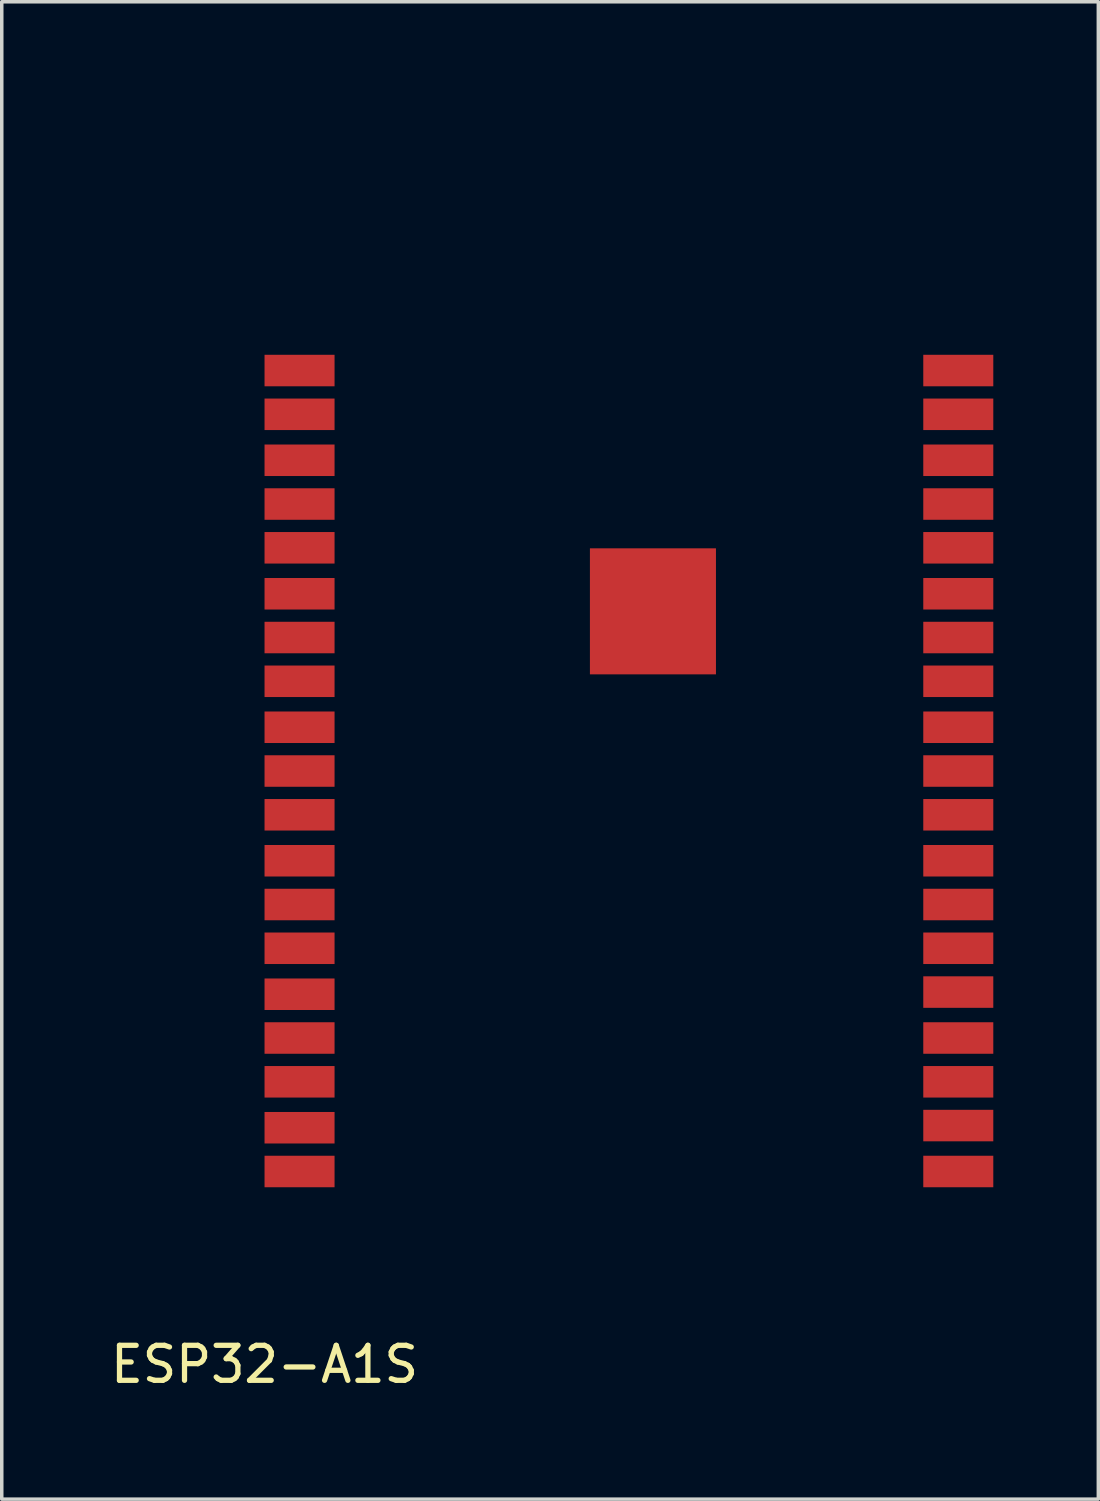
<source format=kicad_pcb>
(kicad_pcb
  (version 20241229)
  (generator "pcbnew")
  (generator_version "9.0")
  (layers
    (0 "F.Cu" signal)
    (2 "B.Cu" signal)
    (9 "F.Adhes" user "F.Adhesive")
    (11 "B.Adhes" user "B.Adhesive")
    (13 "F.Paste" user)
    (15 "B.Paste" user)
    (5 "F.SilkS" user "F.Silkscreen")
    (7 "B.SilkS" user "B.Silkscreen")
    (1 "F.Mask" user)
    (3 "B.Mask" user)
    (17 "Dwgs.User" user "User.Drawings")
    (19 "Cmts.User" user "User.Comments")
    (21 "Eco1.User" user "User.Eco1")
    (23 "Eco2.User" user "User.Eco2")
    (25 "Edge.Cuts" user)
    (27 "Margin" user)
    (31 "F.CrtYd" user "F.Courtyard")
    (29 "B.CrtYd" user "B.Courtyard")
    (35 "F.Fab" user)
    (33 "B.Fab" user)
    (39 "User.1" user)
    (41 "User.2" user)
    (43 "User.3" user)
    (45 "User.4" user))
  (footprint "ESP32-A1S"
    (layer "F.Cu")
    (at 4.506 30.85)
    (property "Reference" "ESP32-A1S" (at 0 5.072 0) (layer "F.SilkS") (effects (font (size 1 1) (thickness 0.15))))
    (attr through_hole)
    (fp_line (start 0 -23.76) (end 0 -22.86) (stroke (width 0.0001) (type solid)) (layer "Dwgs.User"))
    (fp_line (start 0 -22.86) (end 2 -22.86) (stroke (width 0.0001) (type solid)) (layer "Dwgs.User"))
    (fp_line (start 0 -22.49) (end 0 -21.59) (stroke (width 0.0001) (type solid)) (layer "Dwgs.User"))
    (fp_line (start 0 -21.59) (end 2 -21.59) (stroke (width 0.0001) (type solid)) (layer "Dwgs.User"))
    (fp_line (start 0 -21.22) (end 0 -20.32) (stroke (width 0.0001) (type solid)) (layer "Dwgs.User"))
    (fp_line (start 0 -20.32) (end 2 -20.32) (stroke (width 0.0001) (type solid)) (layer "Dwgs.User"))
    (fp_line (start 0 -19.95) (end 0 -19.05) (stroke (width 0.0001) (type solid)) (layer "Dwgs.User"))
    (fp_line (start 0 -19.05) (end 2 -19.05) (stroke (width 0.0001) (type solid)) (layer "Dwgs.User"))
    (fp_line (start 0 -18.68) (end 0 -17.78) (stroke (width 0.0001) (type solid)) (layer "Dwgs.User"))
    (fp_line (start 0 -17.78) (end 2 -17.78) (stroke (width 0.0001) (type solid)) (layer "Dwgs.User"))
    (fp_line (start 0 -17.41) (end 0 -16.51) (stroke (width 0.0001) (type solid)) (layer "Dwgs.User"))
    (fp_line (start 0 -16.51) (end 2 -16.51) (stroke (width 0.0001) (type solid)) (layer "Dwgs.User"))
    (fp_line (start 0 -16.14) (end 0 -15.24) (stroke (width 0.0001) (type solid)) (layer "Dwgs.User"))
    (fp_line (start 0 -15.24) (end 2 -15.24) (stroke (width 0.0001) (type solid)) (layer "Dwgs.User"))
    (fp_line (start 0 -14.87) (end 0 -13.97) (stroke (width 0.0001) (type solid)) (layer "Dwgs.User"))
    (fp_line (start 0 -13.97) (end 2 -13.97) (stroke (width 0.0001) (type solid)) (layer "Dwgs.User"))
    (fp_line (start 0 -13.6) (end 0 -12.7) (stroke (width 0.0001) (type solid)) (layer "Dwgs.User"))
    (fp_line (start 0 -12.7) (end 2 -12.7) (stroke (width 0.0001) (type solid)) (layer "Dwgs.User"))
    (fp_line (start 0 -12.33) (end 0 -11.43) (stroke (width 0.0001) (type solid)) (layer "Dwgs.User"))
    (fp_line (start 0 -11.43) (end 2 -11.43) (stroke (width 0.0001) (type solid)) (layer "Dwgs.User"))
    (fp_line (start 0 -11.06) (end 0 -10.16) (stroke (width 0.0001) (type solid)) (layer "Dwgs.User"))
    (fp_line (start 0 -10.16) (end 2 -10.16) (stroke (width 0.0001) (type solid)) (layer "Dwgs.User"))
    (fp_line (start 0 -9.79) (end 0 -8.89) (stroke (width 0.0001) (type solid)) (layer "Dwgs.User"))
    (fp_line (start 0 -8.89) (end 2 -8.89) (stroke (width 0.0001) (type solid)) (layer "Dwgs.User"))
    (fp_line (start 0 -8.52) (end 0 -7.62) (stroke (width 0.0001) (type solid)) (layer "Dwgs.User"))
    (fp_line (start 0 -7.62) (end 2 -7.62) (stroke (width 0.0001) (type solid)) (layer "Dwgs.User"))
    (fp_line (start 0 -7.25) (end 0 -6.35) (stroke (width 0.0001) (type solid)) (layer "Dwgs.User"))
    (fp_line (start 0 -6.35) (end 2 -6.35) (stroke (width 0.0001) (type solid)) (layer "Dwgs.User"))
    (fp_line (start 0 -5.98) (end 0 -5.08) (stroke (width 0.0001) (type solid)) (layer "Dwgs.User"))
    (fp_line (start 0 -5.08) (end 2 -5.08) (stroke (width 0.0001) (type solid)) (layer "Dwgs.User"))
    (fp_line (start 0 -4.71) (end 0 -3.81) (stroke (width 0.0001) (type solid)) (layer "Dwgs.User"))
    (fp_line (start 0 -3.81) (end 2 -3.81) (stroke (width 0.0001) (type solid)) (layer "Dwgs.User"))
    (fp_line (start 0 -3.44) (end 0 -2.54) (stroke (width 0.0001) (type solid)) (layer "Dwgs.User"))
    (fp_line (start 0 -2.54) (end 2 -2.54) (stroke (width 0.0001) (type solid)) (layer "Dwgs.User"))
    (fp_line (start 0 -2.17) (end 0 -1.27) (stroke (width 0.0001) (type solid)) (layer "Dwgs.User"))
    (fp_line (start 0 -1.27) (end 2 -1.27) (stroke (width 0.0001) (type solid)) (layer "Dwgs.User"))
    (fp_line (start 0 -0.9) (end 0 0) (stroke (width 0.0001) (type solid)) (layer "Dwgs.User"))
    (fp_line (start 0 0) (end 2 0) (stroke (width 0.0001) (type solid)) (layer "Dwgs.User"))
    (fp_line (start 0.9 -30.85) (end 19.9 -30.85) (stroke (width 0.0001) (type solid)) (layer "Dwgs.User"))
    (fp_line (start 0.9 -25.75) (end 19.9 -25.75) (stroke (width 0.0001) (type solid)) (layer "Dwgs.User"))
    (fp_line (start 0.9 0.65) (end 0.9 -30.85) (stroke (width 0.0001) (type solid)) (layer "Dwgs.User"))
    (fp_line (start 2 -23.76) (end 0 -23.76) (stroke (width 0.0001) (type solid)) (layer "Dwgs.User"))
    (fp_line (start 2 -22.86) (end 2 -23.76) (stroke (width 0.0001) (type solid)) (layer "Dwgs.User"))
    (fp_line (start 2 -22.49) (end 0 -22.49) (stroke (width 0.0001) (type solid)) (layer "Dwgs.User"))
    (fp_line (start 2 -21.59) (end 2 -22.49) (stroke (width 0.0001) (type solid)) (layer "Dwgs.User"))
    (fp_line (start 2 -21.22) (end 0 -21.22) (stroke (width 0.0001) (type solid)) (layer "Dwgs.User"))
    (fp_line (start 2 -20.32) (end 2 -21.22) (stroke (width 0.0001) (type solid)) (layer "Dwgs.User"))
    (fp_line (start 2 -19.95) (end 0 -19.95) (stroke (width 0.0001) (type solid)) (layer "Dwgs.User"))
    (fp_line (start 2 -19.05) (end 2 -19.95) (stroke (width 0.0001) (type solid)) (layer "Dwgs.User"))
    (fp_line (start 2 -18.68) (end 0 -18.68) (stroke (width 0.0001) (type solid)) (layer "Dwgs.User"))
    (fp_line (start 2 -17.78) (end 2 -18.68) (stroke (width 0.0001) (type solid)) (layer "Dwgs.User"))
    (fp_line (start 2 -17.41) (end 0 -17.41) (stroke (width 0.0001) (type solid)) (layer "Dwgs.User"))
    (fp_line (start 2 -16.51) (end 2 -17.41) (stroke (width 0.0001) (type solid)) (layer "Dwgs.User"))
    (fp_line (start 2 -16.14) (end 0 -16.14) (stroke (width 0.0001) (type solid)) (layer "Dwgs.User"))
    (fp_line (start 2 -15.24) (end 2 -16.14) (stroke (width 0.0001) (type solid)) (layer "Dwgs.User"))
    (fp_line (start 2 -14.87) (end 0 -14.87) (stroke (width 0.0001) (type solid)) (layer "Dwgs.User"))
    (fp_line (start 2 -13.97) (end 2 -14.87) (stroke (width 0.0001) (type solid)) (layer "Dwgs.User"))
    (fp_line (start 2 -13.6) (end 0 -13.6) (stroke (width 0.0001) (type solid)) (layer "Dwgs.User"))
    (fp_line (start 2 -12.7) (end 2 -13.6) (stroke (width 0.0001) (type solid)) (layer "Dwgs.User"))
    (fp_line (start 2 -12.33) (end 0 -12.33) (stroke (width 0.0001) (type solid)) (layer "Dwgs.User"))
    (fp_line (start 2 -11.43) (end 2 -12.33) (stroke (width 0.0001) (type solid)) (layer "Dwgs.User"))
    (fp_line (start 2 -11.06) (end 0 -11.06) (stroke (width 0.0001) (type solid)) (layer "Dwgs.User"))
    (fp_line (start 2 -10.16) (end 2 -11.06) (stroke (width 0.0001) (type solid)) (layer "Dwgs.User"))
    (fp_line (start 2 -9.79) (end 0 -9.79) (stroke (width 0.0001) (type solid)) (layer "Dwgs.User"))
    (fp_line (start 2 -8.89) (end 2 -9.79) (stroke (width 0.0001) (type solid)) (layer "Dwgs.User"))
    (fp_line (start 2 -8.52) (end 0 -8.52) (stroke (width 0.0001) (type solid)) (layer "Dwgs.User"))
    (fp_line (start 2 -7.62) (end 2 -8.52) (stroke (width 0.0001) (type solid)) (layer "Dwgs.User"))
    (fp_line (start 2 -7.25) (end 0 -7.25) (stroke (width 0.0001) (type solid)) (layer "Dwgs.User"))
    (fp_line (start 2 -6.35) (end 2 -7.25) (stroke (width 0.0001) (type solid)) (layer "Dwgs.User"))
    (fp_line (start 2 -5.98) (end 0 -5.98) (stroke (width 0.0001) (type solid)) (layer "Dwgs.User"))
    (fp_line (start 2 -5.08) (end 2 -5.98) (stroke (width 0.0001) (type solid)) (layer "Dwgs.User"))
    (fp_line (start 2 -4.71) (end 0 -4.71) (stroke (width 0.0001) (type solid)) (layer "Dwgs.User"))
    (fp_line (start 2 -3.81) (end 2 -4.71) (stroke (width 0.0001) (type solid)) (layer "Dwgs.User"))
    (fp_line (start 2 -3.44) (end 0 -3.44) (stroke (width 0.0001) (type solid)) (layer "Dwgs.User"))
    (fp_line (start 2 -2.54) (end 2 -3.44) (stroke (width 0.0001) (type solid)) (layer "Dwgs.User"))
    (fp_line (start 2 -2.17) (end 0 -2.17) (stroke (width 0.0001) (type solid)) (layer "Dwgs.User"))
    (fp_line (start 2 -1.27) (end 2 -2.17) (stroke (width 0.0001) (type solid)) (layer "Dwgs.User"))
    (fp_line (start 2 -0.9) (end 0 -0.9) (stroke (width 0.0001) (type solid)) (layer "Dwgs.User"))
    (fp_line (start 2 0) (end 2 -0.9) (stroke (width 0.0001) (type solid)) (layer "Dwgs.User"))
    (fp_line (start 9.3 -18.25) (end 12.9 -18.25) (stroke (width 0.0001) (type solid)) (layer "Dwgs.User"))
    (fp_line (start 9.3 -14.65) (end 9.3 -18.25) (stroke (width 0.0001) (type solid)) (layer "Dwgs.User"))
    (fp_line (start 12.9 -18.25) (end 12.9 -14.65) (stroke (width 0.0001) (type solid)) (layer "Dwgs.User"))
    (fp_line (start 12.9 -14.65) (end 9.3 -14.65) (stroke (width 0.0001) (type solid)) (layer "Dwgs.User"))
    (fp_line (start 18.8 -23.76) (end 20.8 -23.76) (stroke (width 0.0001) (type solid)) (layer "Dwgs.User"))
    (fp_line (start 18.8 -22.86) (end 18.8 -23.76) (stroke (width 0.0001) (type solid)) (layer "Dwgs.User"))
    (fp_line (start 18.8 -22.49) (end 20.8 -22.49) (stroke (width 0.0001) (type solid)) (layer "Dwgs.User"))
    (fp_line (start 18.8 -21.59) (end 18.8 -22.49) (stroke (width 0.0001) (type solid)) (layer "Dwgs.User"))
    (fp_line (start 18.8 -21.22) (end 20.8 -21.22) (stroke (width 0.0001) (type solid)) (layer "Dwgs.User"))
    (fp_line (start 18.8 -20.32) (end 18.8 -21.22) (stroke (width 0.0001) (type solid)) (layer "Dwgs.User"))
    (fp_line (start 18.8 -19.95) (end 20.8 -19.95) (stroke (width 0.0001) (type solid)) (layer "Dwgs.User"))
    (fp_line (start 18.8 -19.05) (end 18.8 -19.95) (stroke (width 0.0001) (type solid)) (layer "Dwgs.User"))
    (fp_line (start 18.8 -18.68) (end 20.8 -18.68) (stroke (width 0.0001) (type solid)) (layer "Dwgs.User"))
    (fp_line (start 18.8 -17.78) (end 18.8 -18.68) (stroke (width 0.0001) (type solid)) (layer "Dwgs.User"))
    (fp_line (start 18.8 -17.41) (end 20.8 -17.41) (stroke (width 0.0001) (type solid)) (layer "Dwgs.User"))
    (fp_line (start 18.8 -16.51) (end 18.8 -17.41) (stroke (width 0.0001) (type solid)) (layer "Dwgs.User"))
    (fp_line (start 18.8 -16.14) (end 20.8 -16.14) (stroke (width 0.0001) (type solid)) (layer "Dwgs.User"))
    (fp_line (start 18.8 -15.24) (end 18.8 -16.14) (stroke (width 0.0001) (type solid)) (layer "Dwgs.User"))
    (fp_line (start 18.8 -14.87) (end 20.8 -14.87) (stroke (width 0.0001) (type solid)) (layer "Dwgs.User"))
    (fp_line (start 18.8 -13.97) (end 18.8 -14.87) (stroke (width 0.0001) (type solid)) (layer "Dwgs.User"))
    (fp_line (start 18.8 -13.6) (end 20.8 -13.6) (stroke (width 0.0001) (type solid)) (layer "Dwgs.User"))
    (fp_line (start 18.8 -12.7) (end 18.8 -13.6) (stroke (width 0.0001) (type solid)) (layer "Dwgs.User"))
    (fp_line (start 18.8 -12.33) (end 20.8 -12.33) (stroke (width 0.0001) (type solid)) (layer "Dwgs.User"))
    (fp_line (start 18.8 -11.43) (end 18.8 -12.33) (stroke (width 0.0001) (type solid)) (layer "Dwgs.User"))
    (fp_line (start 18.8 -11.06) (end 20.8 -11.06) (stroke (width 0.0001) (type solid)) (layer "Dwgs.User"))
    (fp_line (start 18.8 -10.16) (end 18.8 -11.06) (stroke (width 0.0001) (type solid)) (layer "Dwgs.User"))
    (fp_line (start 18.8 -9.79) (end 20.8 -9.79) (stroke (width 0.0001) (type solid)) (layer "Dwgs.User"))
    (fp_line (start 18.8 -8.89) (end 18.8 -9.79) (stroke (width 0.0001) (type solid)) (layer "Dwgs.User"))
    (fp_line (start 18.8 -8.52) (end 20.8 -8.52) (stroke (width 0.0001) (type solid)) (layer "Dwgs.User"))
    (fp_line (start 18.8 -7.62) (end 18.8 -8.52) (stroke (width 0.0001) (type solid)) (layer "Dwgs.User"))
    (fp_line (start 18.8 -7.25) (end 20.8 -7.25) (stroke (width 0.0001) (type solid)) (layer "Dwgs.User"))
    (fp_line (start 18.8 -6.35) (end 18.8 -7.25) (stroke (width 0.0001) (type solid)) (layer "Dwgs.User"))
    (fp_line (start 18.8 -5.98) (end 20.8 -5.98) (stroke (width 0.0001) (type solid)) (layer "Dwgs.User"))
    (fp_line (start 18.8 -5.08) (end 18.8 -5.98) (stroke (width 0.0001) (type solid)) (layer "Dwgs.User"))
    (fp_line (start 18.8 -4.71) (end 20.8 -4.71) (stroke (width 0.0001) (type solid)) (layer "Dwgs.User"))
    (fp_line (start 18.8 -3.81) (end 18.8 -4.71) (stroke (width 0.0001) (type solid)) (layer "Dwgs.User"))
    (fp_line (start 18.8 -3.44) (end 20.8 -3.44) (stroke (width 0.0001) (type solid)) (layer "Dwgs.User"))
    (fp_line (start 18.8 -2.54) (end 18.8 -3.44) (stroke (width 0.0001) (type solid)) (layer "Dwgs.User"))
    (fp_line (start 18.8 -2.17) (end 20.8 -2.17) (stroke (width 0.0001) (type solid)) (layer "Dwgs.User"))
    (fp_line (start 18.8 -1.27) (end 18.8 -2.17) (stroke (width 0.0001) (type solid)) (layer "Dwgs.User"))
    (fp_line (start 18.8 -0.9) (end 20.8 -0.9) (stroke (width 0.0001) (type solid)) (layer "Dwgs.User"))
    (fp_line (start 18.8 0) (end 18.8 -0.9) (stroke (width 0.0001) (type solid)) (layer "Dwgs.User"))
    (fp_line (start 19.9 -30.85) (end 19.9 0.65) (stroke (width 0.0001) (type solid)) (layer "Dwgs.User"))
    (fp_line (start 19.9 0.65) (end 0.9 0.65) (stroke (width 0.0001) (type solid)) (layer "Dwgs.User"))
    (fp_line (start 20.8 -23.76) (end 20.8 -22.86) (stroke (width 0.0001) (type solid)) (layer "Dwgs.User"))
    (fp_line (start 20.8 -22.86) (end 18.8 -22.86) (stroke (width 0.0001) (type solid)) (layer "Dwgs.User"))
    (fp_line (start 20.8 -22.49) (end 20.8 -21.59) (stroke (width 0.0001) (type solid)) (layer "Dwgs.User"))
    (fp_line (start 20.8 -21.59) (end 18.8 -21.59) (stroke (width 0.0001) (type solid)) (layer "Dwgs.User"))
    (fp_line (start 20.8 -21.22) (end 20.8 -20.32) (stroke (width 0.0001) (type solid)) (layer "Dwgs.User"))
    (fp_line (start 20.8 -20.32) (end 18.8 -20.32) (stroke (width 0.0001) (type solid)) (layer "Dwgs.User"))
    (fp_line (start 20.8 -19.95) (end 20.8 -19.05) (stroke (width 0.0001) (type solid)) (layer "Dwgs.User"))
    (fp_line (start 20.8 -19.05) (end 18.8 -19.05) (stroke (width 0.0001) (type solid)) (layer "Dwgs.User"))
    (fp_line (start 20.8 -18.68) (end 20.8 -17.78) (stroke (width 0.0001) (type solid)) (layer "Dwgs.User"))
    (fp_line (start 20.8 -17.78) (end 18.8 -17.78) (stroke (width 0.0001) (type solid)) (layer "Dwgs.User"))
    (fp_line (start 20.8 -17.41) (end 20.8 -16.51) (stroke (width 0.0001) (type solid)) (layer "Dwgs.User"))
    (fp_line (start 20.8 -16.51) (end 18.8 -16.51) (stroke (width 0.0001) (type solid)) (layer "Dwgs.User"))
    (fp_line (start 20.8 -16.14) (end 20.8 -15.24) (stroke (width 0.0001) (type solid)) (layer "Dwgs.User"))
    (fp_line (start 20.8 -15.24) (end 18.8 -15.24) (stroke (width 0.0001) (type solid)) (layer "Dwgs.User"))
    (fp_line (start 20.8 -14.87) (end 20.8 -13.97) (stroke (width 0.0001) (type solid)) (layer "Dwgs.User"))
    (fp_line (start 20.8 -13.97) (end 18.8 -13.97) (stroke (width 0.0001) (type solid)) (layer "Dwgs.User"))
    (fp_line (start 20.8 -13.6) (end 20.8 -12.7) (stroke (width 0.0001) (type solid)) (layer "Dwgs.User"))
    (fp_line (start 20.8 -12.7) (end 18.8 -12.7) (stroke (width 0.0001) (type solid)) (layer "Dwgs.User"))
    (fp_line (start 20.8 -12.33) (end 20.8 -11.43) (stroke (width 0.0001) (type solid)) (layer "Dwgs.User"))
    (fp_line (start 20.8 -11.43) (end 18.8 -11.43) (stroke (width 0.0001) (type solid)) (layer "Dwgs.User"))
    (fp_line (start 20.8 -11.06) (end 20.8 -10.16) (stroke (width 0.0001) (type solid)) (layer "Dwgs.User"))
    (fp_line (start 20.8 -10.16) (end 18.8 -10.16) (stroke (width 0.0001) (type solid)) (layer "Dwgs.User"))
    (fp_line (start 20.8 -9.79) (end 20.8 -8.89) (stroke (width 0.0001) (type solid)) (layer "Dwgs.User"))
    (fp_line (start 20.8 -8.89) (end 18.8 -8.89) (stroke (width 0.0001) (type solid)) (layer "Dwgs.User"))
    (fp_line (start 20.8 -8.52) (end 20.8 -7.62) (stroke (width 0.0001) (type solid)) (layer "Dwgs.User"))
    (fp_line (start 20.8 -7.62) (end 18.8 -7.62) (stroke (width 0.0001) (type solid)) (layer "Dwgs.User"))
    (fp_line (start 20.8 -7.25) (end 20.8 -6.35) (stroke (width 0.0001) (type solid)) (layer "Dwgs.User"))
    (fp_line (start 20.8 -6.35) (end 18.8 -6.35) (stroke (width 0.0001) (type solid)) (layer "Dwgs.User"))
    (fp_line (start 20.8 -5.98) (end 20.8 -5.08) (stroke (width 0.0001) (type solid)) (layer "Dwgs.User"))
    (fp_line (start 20.8 -5.08) (end 18.8 -5.08) (stroke (width 0.0001) (type solid)) (layer "Dwgs.User"))
    (fp_line (start 20.8 -4.71) (end 20.8 -3.81) (stroke (width 0.0001) (type solid)) (layer "Dwgs.User"))
    (fp_line (start 20.8 -3.81) (end 18.8 -3.81) (stroke (width 0.0001) (type solid)) (layer "Dwgs.User"))
    (fp_line (start 20.8 -3.44) (end 20.8 -2.54) (stroke (width 0.0001) (type solid)) (layer "Dwgs.User"))
    (fp_line (start 20.8 -2.54) (end 18.8 -2.54) (stroke (width 0.0001) (type solid)) (layer "Dwgs.User"))
    (fp_line (start 20.8 -2.17) (end 20.8 -1.27) (stroke (width 0.0001) (type solid)) (layer "Dwgs.User"))
    (fp_line (start 20.8 -1.27) (end 18.8 -1.27) (stroke (width 0.0001) (type solid)) (layer "Dwgs.User"))
    (fp_line (start 20.8 -0.9) (end 20.8 0) (stroke (width 0.0001) (type solid)) (layer "Dwgs.User"))
    (fp_line (start 20.8 0) (end 18.8 0) (stroke (width 0.0001) (type solid)) (layer "Dwgs.User"))
    (pad "1" smd rect (at 1 -23.316) (size 2 0.9) (layers "F.Cu" "F.Mask" "F.Paste"))
    (pad "2" smd rect (at 1 -22.066) (size 2 0.9) (layers "F.Cu" "F.Mask" "F.Paste"))
    (pad "3" smd rect (at 1 -20.753) (size 2 0.9) (layers "F.Cu" "F.Mask" "F.Paste"))
    (pad "4" smd rect (at 1 -19.503) (size 2 0.9) (layers "F.Cu" "F.Mask" "F.Paste"))
    (pad "5" smd rect (at 1 -18.253) (size 2 0.9) (layers "F.Cu" "F.Mask" "F.Paste"))
    (pad "6" smd rect (at 1 -16.94) (size 2 0.9) (layers "F.Cu" "F.Mask" "F.Paste"))
    (pad "7" smd rect (at 1 -15.69) (size 2 0.9) (layers "F.Cu" "F.Mask" "F.Paste"))
    (pad "8" smd rect (at 1 -14.44) (size 2 0.9) (layers "F.Cu" "F.Mask" "F.Paste"))
    (pad "9" smd rect (at 1 -13.127) (size 2 0.9) (layers "F.Cu" "F.Mask" "F.Paste"))
    (pad "10" smd rect (at 1 -11.877) (size 2 0.9) (layers "F.Cu" "F.Mask" "F.Paste"))
    (pad "11" smd rect (at 1 -10.627) (size 2 0.9) (layers "F.Cu" "F.Mask" "F.Paste"))
    (pad "12" smd rect (at 1 -9.314) (size 2 0.9) (layers "F.Cu" "F.Mask" "F.Paste"))
    (pad "13" smd rect (at 1 -8.064) (size 2 0.9) (layers "F.Cu" "F.Mask" "F.Paste"))
    (pad "14" smd rect (at 1 -6.814) (size 2 0.9) (layers "F.Cu" "F.Mask" "F.Paste"))
    (pad "15" smd rect (at 1 -5.501) (size 2 0.9) (layers "F.Cu" "F.Mask" "F.Paste"))
    (pad "16" smd rect (at 1 -4.251) (size 2 0.9) (layers "F.Cu" "F.Mask" "F.Paste"))
    (pad "17" smd rect (at 1 -3) (size 2 0.9) (layers "F.Cu" "F.Mask" "F.Paste"))
    (pad "18" smd rect (at 1 -1.688) (size 2 0.9) (layers "F.Cu" "F.Mask" "F.Paste"))
    (pad "19" smd rect (at 1 -0.438) (size 2 0.9) (layers "F.Cu" "F.Mask" "F.Paste"))
    (pad "20" smd rect (at 19.816 -23.316) (size 2 0.9) (layers "F.Cu" "F.Mask" "F.Paste"))
    (pad "21" smd rect (at 19.816 -22.066) (size 2 0.9) (layers "F.Cu" "F.Mask" "F.Paste"))
    (pad "22" smd rect (at 19.816 -20.753) (size 2 0.9) (layers "F.Cu" "F.Mask" "F.Paste"))
    (pad "23" smd rect (at 19.816 -19.503) (size 2 0.9) (layers "F.Cu" "F.Mask" "F.Paste"))
    (pad "24" smd rect (at 19.816 -18.253) (size 2 0.9) (layers "F.Cu" "F.Mask" "F.Paste"))
    (pad "25" smd rect (at 19.816 -16.94) (size 2 0.9) (layers "F.Cu" "F.Mask" "F.Paste"))
    (pad "26" smd rect (at 19.816 -15.69) (size 2 0.9) (layers "F.Cu" "F.Mask" "F.Paste"))
    (pad "27" smd rect (at 19.816 -14.44) (size 2 0.9) (layers "F.Cu" "F.Mask" "F.Paste"))
    (pad "28" smd rect (at 19.816 -13.127) (size 2 0.9) (layers "F.Cu" "F.Mask" "F.Paste"))
    (pad "29" smd rect (at 19.816 -11.877) (size 2 0.9) (layers "F.Cu" "F.Mask" "F.Paste"))
    (pad "30" smd rect (at 19.816 -10.627) (size 2 0.9) (layers "F.Cu" "F.Mask" "F.Paste"))
    (pad "31" smd rect (at 19.816 -9.314) (size 2 0.9) (layers "F.Cu" "F.Mask" "F.Paste"))
    (pad "32" smd rect (at 19.816 -8.064) (size 2 0.9) (layers "F.Cu" "F.Mask" "F.Paste"))
    (pad "33" smd rect (at 19.816 -6.814) (size 2 0.9) (layers "F.Cu" "F.Mask" "F.Paste"))
    (pad "34" smd rect (at 19.816 -5.563) (size 2 0.9) (layers "F.Cu" "F.Mask" "F.Paste"))
    (pad "35" smd rect (at 19.816 -4.251) (size 2 0.9) (layers "F.Cu" "F.Mask" "F.Paste"))
    (pad "36" smd rect (at 19.816 -3) (size 2 0.9) (layers "F.Cu" "F.Mask" "F.Paste"))
    (pad "37" smd rect (at 19.816 -1.75) (size 2 0.9) (layers "F.Cu" "F.Mask" "F.Paste"))
    (pad "38" smd rect (at 19.816 -0.438) (size 2 0.9) (layers "F.Cu" "F.Mask" "F.Paste"))
    (pad "39" smd rect (at 11.094 -16.438) (size 3.6 3.6) (layers "F.Cu" "F.Mask" "F.Paste")))
  (gr_rect
    (start -3 -3)
    (end 28.322 39.77)
    (stroke (width 0.1) (type default))
    (fill no)
    (layer "Edge.Cuts")))
</source>
